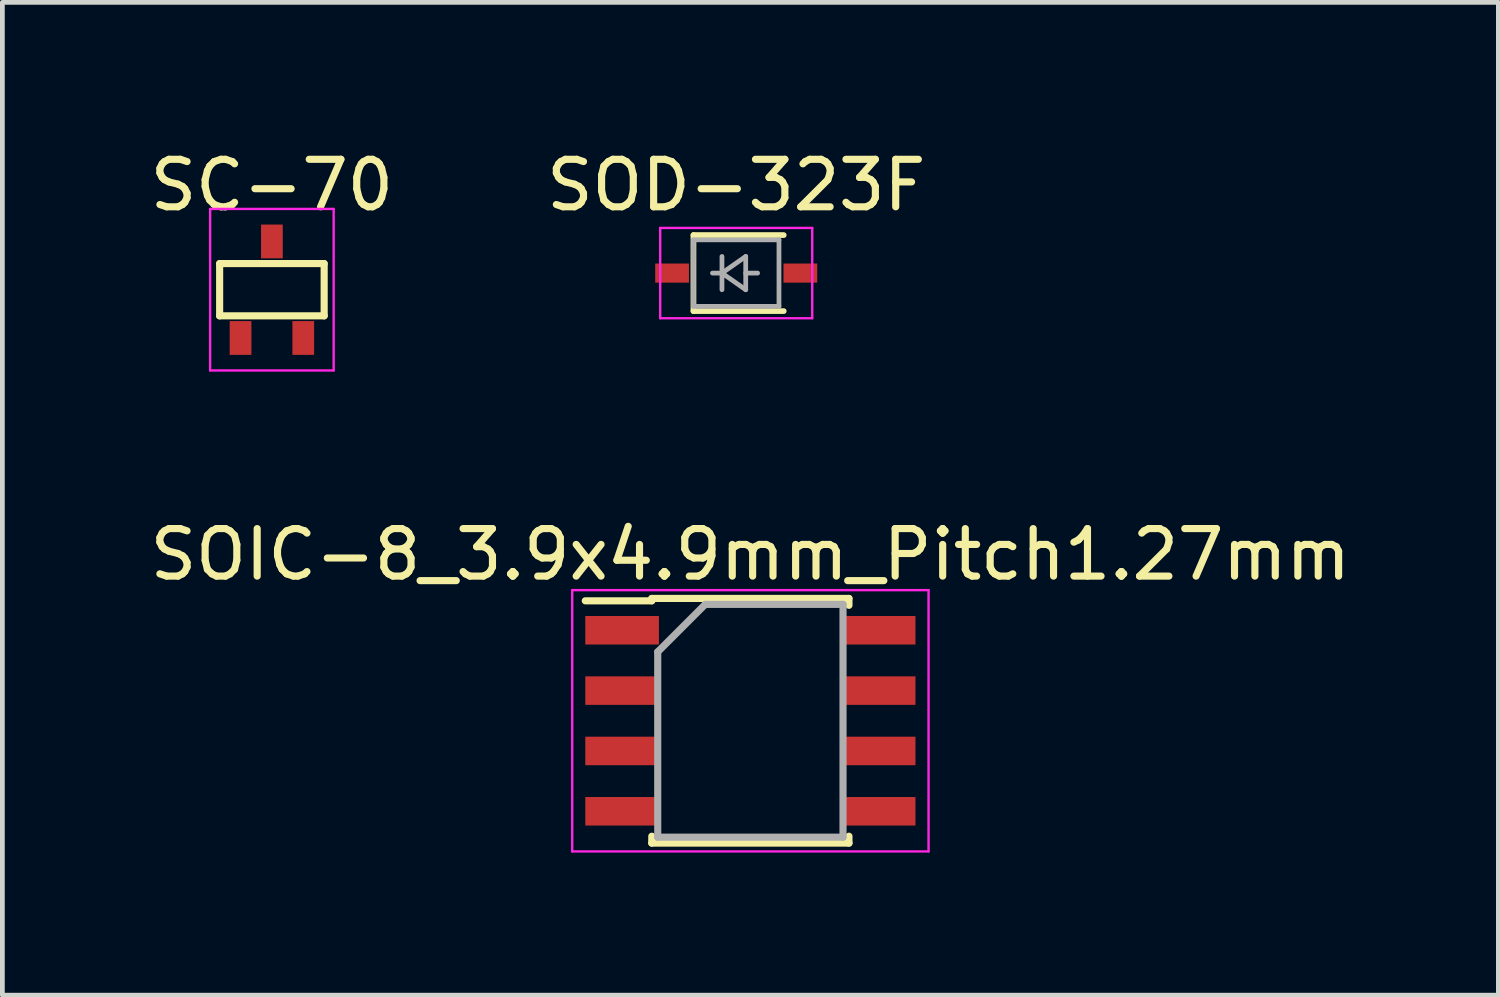
<source format=kicad_pcb>
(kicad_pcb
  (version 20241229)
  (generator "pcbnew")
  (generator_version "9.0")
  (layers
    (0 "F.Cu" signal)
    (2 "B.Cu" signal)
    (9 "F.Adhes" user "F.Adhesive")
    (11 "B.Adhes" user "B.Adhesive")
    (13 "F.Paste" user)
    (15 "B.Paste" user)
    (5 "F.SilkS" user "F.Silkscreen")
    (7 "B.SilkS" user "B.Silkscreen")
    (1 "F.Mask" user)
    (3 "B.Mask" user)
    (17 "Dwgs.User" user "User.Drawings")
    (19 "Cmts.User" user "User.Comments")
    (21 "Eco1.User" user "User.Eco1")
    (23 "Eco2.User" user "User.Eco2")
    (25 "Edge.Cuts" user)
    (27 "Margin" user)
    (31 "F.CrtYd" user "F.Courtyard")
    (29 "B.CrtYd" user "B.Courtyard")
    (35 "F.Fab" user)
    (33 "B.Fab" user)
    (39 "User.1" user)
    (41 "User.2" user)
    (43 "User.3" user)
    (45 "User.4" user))
  (footprint "SOIC-8_3.9x4.9mm_Pitch1.27mm"
    (layer "F.Cu")
    (at 12.744 12.121)
    (property "Reference" "SOIC-8_3.9x4.9mm_Pitch1.27mm" (at 0 -3.5 0) (layer "F.SilkS") (effects (font (size 1 1) (thickness 0.15))))
    (attr smd)
    (fp_line (start -2.075 -2.575) (end -2.075 -2.525) (stroke (width 0.15) (type solid)) (layer "F.SilkS"))
    (fp_line (start -2.075 -2.575) (end 2.075 -2.575) (stroke (width 0.15) (type solid)) (layer "F.SilkS"))
    (fp_line (start -2.075 -2.525) (end -3.475 -2.525) (stroke (width 0.15) (type solid)) (layer "F.SilkS"))
    (fp_line (start -2.075 2.575) (end -2.075 2.43) (stroke (width 0.15) (type solid)) (layer "F.SilkS"))
    (fp_line (start -2.075 2.575) (end 2.075 2.575) (stroke (width 0.15) (type solid)) (layer "F.SilkS"))
    (fp_line (start 2.075 -2.575) (end 2.075 -2.43) (stroke (width 0.15) (type solid)) (layer "F.SilkS"))
    (fp_line (start 2.075 2.575) (end 2.075 2.43) (stroke (width 0.15) (type solid)) (layer "F.SilkS"))
    (fp_line (start -3.75 -2.75) (end -3.75 2.75) (stroke (width 0.05) (type solid)) (layer "F.CrtYd"))
    (fp_line (start -3.75 -2.75) (end 3.75 -2.75) (stroke (width 0.05) (type solid)) (layer "F.CrtYd"))
    (fp_line (start -3.75 2.75) (end 3.75 2.75) (stroke (width 0.05) (type solid)) (layer "F.CrtYd"))
    (fp_line (start 3.75 -2.75) (end 3.75 2.75) (stroke (width 0.05) (type solid)) (layer "F.CrtYd"))
    (fp_line (start -1.95 -1.45) (end -0.95 -2.45) (stroke (width 0.15) (type solid)) (layer "F.Fab"))
    (fp_line (start -1.95 2.45) (end -1.95 -1.45) (stroke (width 0.15) (type solid)) (layer "F.Fab"))
    (fp_line (start -0.95 -2.45) (end 1.95 -2.45) (stroke (width 0.15) (type solid)) (layer "F.Fab"))
    (fp_line (start 1.95 -2.45) (end 1.95 2.45) (stroke (width 0.15) (type solid)) (layer "F.Fab"))
    (fp_line (start 1.95 2.45) (end -1.95 2.45) (stroke (width 0.15) (type solid)) (layer "F.Fab"))
    (pad "1" smd rect (at -2.7 -1.905) (size 1.55 0.6) (layers "F.Cu" "F.Mask" "F.Paste"))
    (pad "2" smd rect (at -2.7 -0.635) (size 1.55 0.6) (layers "F.Cu" "F.Mask" "F.Paste"))
    (pad "3" smd rect (at -2.7 0.635) (size 1.55 0.6) (layers "F.Cu" "F.Mask" "F.Paste"))
    (pad "4" smd rect (at -2.7 1.905) (size 1.55 0.6) (layers "F.Cu" "F.Mask" "F.Paste"))
    (pad "5" smd rect (at 2.7 1.905) (size 1.55 0.6) (layers "F.Cu" "F.Mask" "F.Paste"))
    (pad "6" smd rect (at 2.7 0.635) (size 1.55 0.6) (layers "F.Cu" "F.Mask" "F.Paste"))
    (pad "7" smd rect (at 2.7 -0.635) (size 1.55 0.6) (layers "F.Cu" "F.Mask" "F.Paste"))
    (pad "8" smd rect (at 2.7 -1.905) (size 1.55 0.6) (layers "F.Cu" "F.Mask" "F.Paste")))
  (footprint "SC-70"
    (layer "F.Cu")
    (at 2.673 3.048)
    (property "Reference" "SC-70" (at 0 -2.2 0) (layer "F.SilkS") (effects (font (size 1 1) (thickness 0.15))))
    (attr smd)
    (fp_line (start -1.1 -0.55) (end -1.1 0.55) (stroke (width 0.15) (type solid)) (layer "F.SilkS"))
    (fp_line (start -1.1 0.55) (end 1.1 0.55) (stroke (width 0.15) (type solid)) (layer "F.SilkS"))
    (fp_line (start -1.05 -0.55) (end -1.1 -0.55) (stroke (width 0.15) (type solid)) (layer "F.SilkS"))
    (fp_line (start 1.1 -0.55) (end -1.05 -0.55) (stroke (width 0.15) (type solid)) (layer "F.SilkS"))
    (fp_line (start 1.1 0.55) (end 1.1 -0.55) (stroke (width 0.15) (type solid)) (layer "F.SilkS"))
    (fp_line (start -1.3 -1.7) (end 1.3 -1.7) (stroke (width 0.05) (type solid)) (layer "F.CrtYd"))
    (fp_line (start -1.3 1.7) (end -1.3 -1.7) (stroke (width 0.05) (type solid)) (layer "F.CrtYd"))
    (fp_line (start 1.3 -1.7) (end 1.3 1.7) (stroke (width 0.05) (type solid)) (layer "F.CrtYd"))
    (fp_line (start 1.3 1.7) (end -1.3 1.7) (stroke (width 0.05) (type solid)) (layer "F.CrtYd"))
    (pad "1" smd rect (at -0.66 1.016) (size 0.457 0.711) (layers "F.Cu" "F.Mask" "F.Paste"))
    (pad "2" smd rect (at 0.66 1.016) (size 0.457 0.711) (layers "F.Cu" "F.Mask" "F.Paste"))
    (pad "3" smd rect (at 0 -1.016) (size 0.457 0.711) (layers "F.Cu" "F.Mask" "F.Paste")))
  (footprint "SOD-323F"
    (layer "F.Cu")
    (at 12.446 2.698)
    (property "Reference" "SOD-323F" (at 0 -1.85 0) (layer "F.SilkS") (effects (font (size 1 1) (thickness 0.15))))
    (attr smd)
    (fp_line (start -0.9 -0.8) (end -0.9 0.8) (stroke (width 0.12) (type solid)) (layer "F.SilkS"))
    (fp_line (start -0.9 -0.8) (end 1 -0.8) (stroke (width 0.12) (type solid)) (layer "F.SilkS"))
    (fp_line (start -0.9 0.8) (end 1 0.8) (stroke (width 0.12) (type solid)) (layer "F.SilkS"))
    (fp_line (start -1.6 -0.95) (end -1.6 0.95) (stroke (width 0.05) (type solid)) (layer "F.CrtYd"))
    (fp_line (start -1.6 -0.95) (end 1.6 -0.95) (stroke (width 0.05) (type solid)) (layer "F.CrtYd"))
    (fp_line (start -1.6 0.95) (end 1.6 0.95) (stroke (width 0.05) (type solid)) (layer "F.CrtYd"))
    (fp_line (start 1.6 -0.95) (end 1.6 0.95) (stroke (width 0.05) (type solid)) (layer "F.CrtYd"))
    (fp_line (start -0.9 -0.7) (end 0.9 -0.7) (stroke (width 0.1) (type solid)) (layer "F.Fab"))
    (fp_line (start -0.9 0.7) (end -0.9 -0.7) (stroke (width 0.1) (type solid)) (layer "F.Fab"))
    (fp_line (start -0.3 -0.35) (end -0.3 0.35) (stroke (width 0.1) (type solid)) (layer "F.Fab"))
    (fp_line (start -0.3 0) (end -0.5 0) (stroke (width 0.1) (type solid)) (layer "F.Fab"))
    (fp_line (start -0.3 0) (end 0.2 -0.35) (stroke (width 0.1) (type solid)) (layer "F.Fab"))
    (fp_line (start 0.2 -0.35) (end 0.2 0.35) (stroke (width 0.1) (type solid)) (layer "F.Fab"))
    (fp_line (start 0.2 0) (end 0.45 0) (stroke (width 0.1) (type solid)) (layer "F.Fab"))
    (fp_line (start 0.2 0.35) (end -0.3 0) (stroke (width 0.1) (type solid)) (layer "F.Fab"))
    (fp_line (start 0.9 -0.7) (end 0.9 0.7) (stroke (width 0.1) (type solid)) (layer "F.Fab"))
    (fp_line (start 0.9 0.7) (end -0.9 0.7) (stroke (width 0.1) (type solid)) (layer "F.Fab"))
    (pad "1" smd rect (at -1.35 0) (size 0.71 0.403) (layers "F.Cu" "F.Mask" "F.Paste"))
    (pad "2" smd rect (at 1.35 0) (size 0.71 0.403) (layers "F.Cu" "F.Mask" "F.Paste")))
  (gr_rect
    (start -3 -3)
    (end 28.488 17.896)
    (stroke (width 0.1) (type default))
    (fill no)
    (layer "Edge.Cuts")))
</source>
